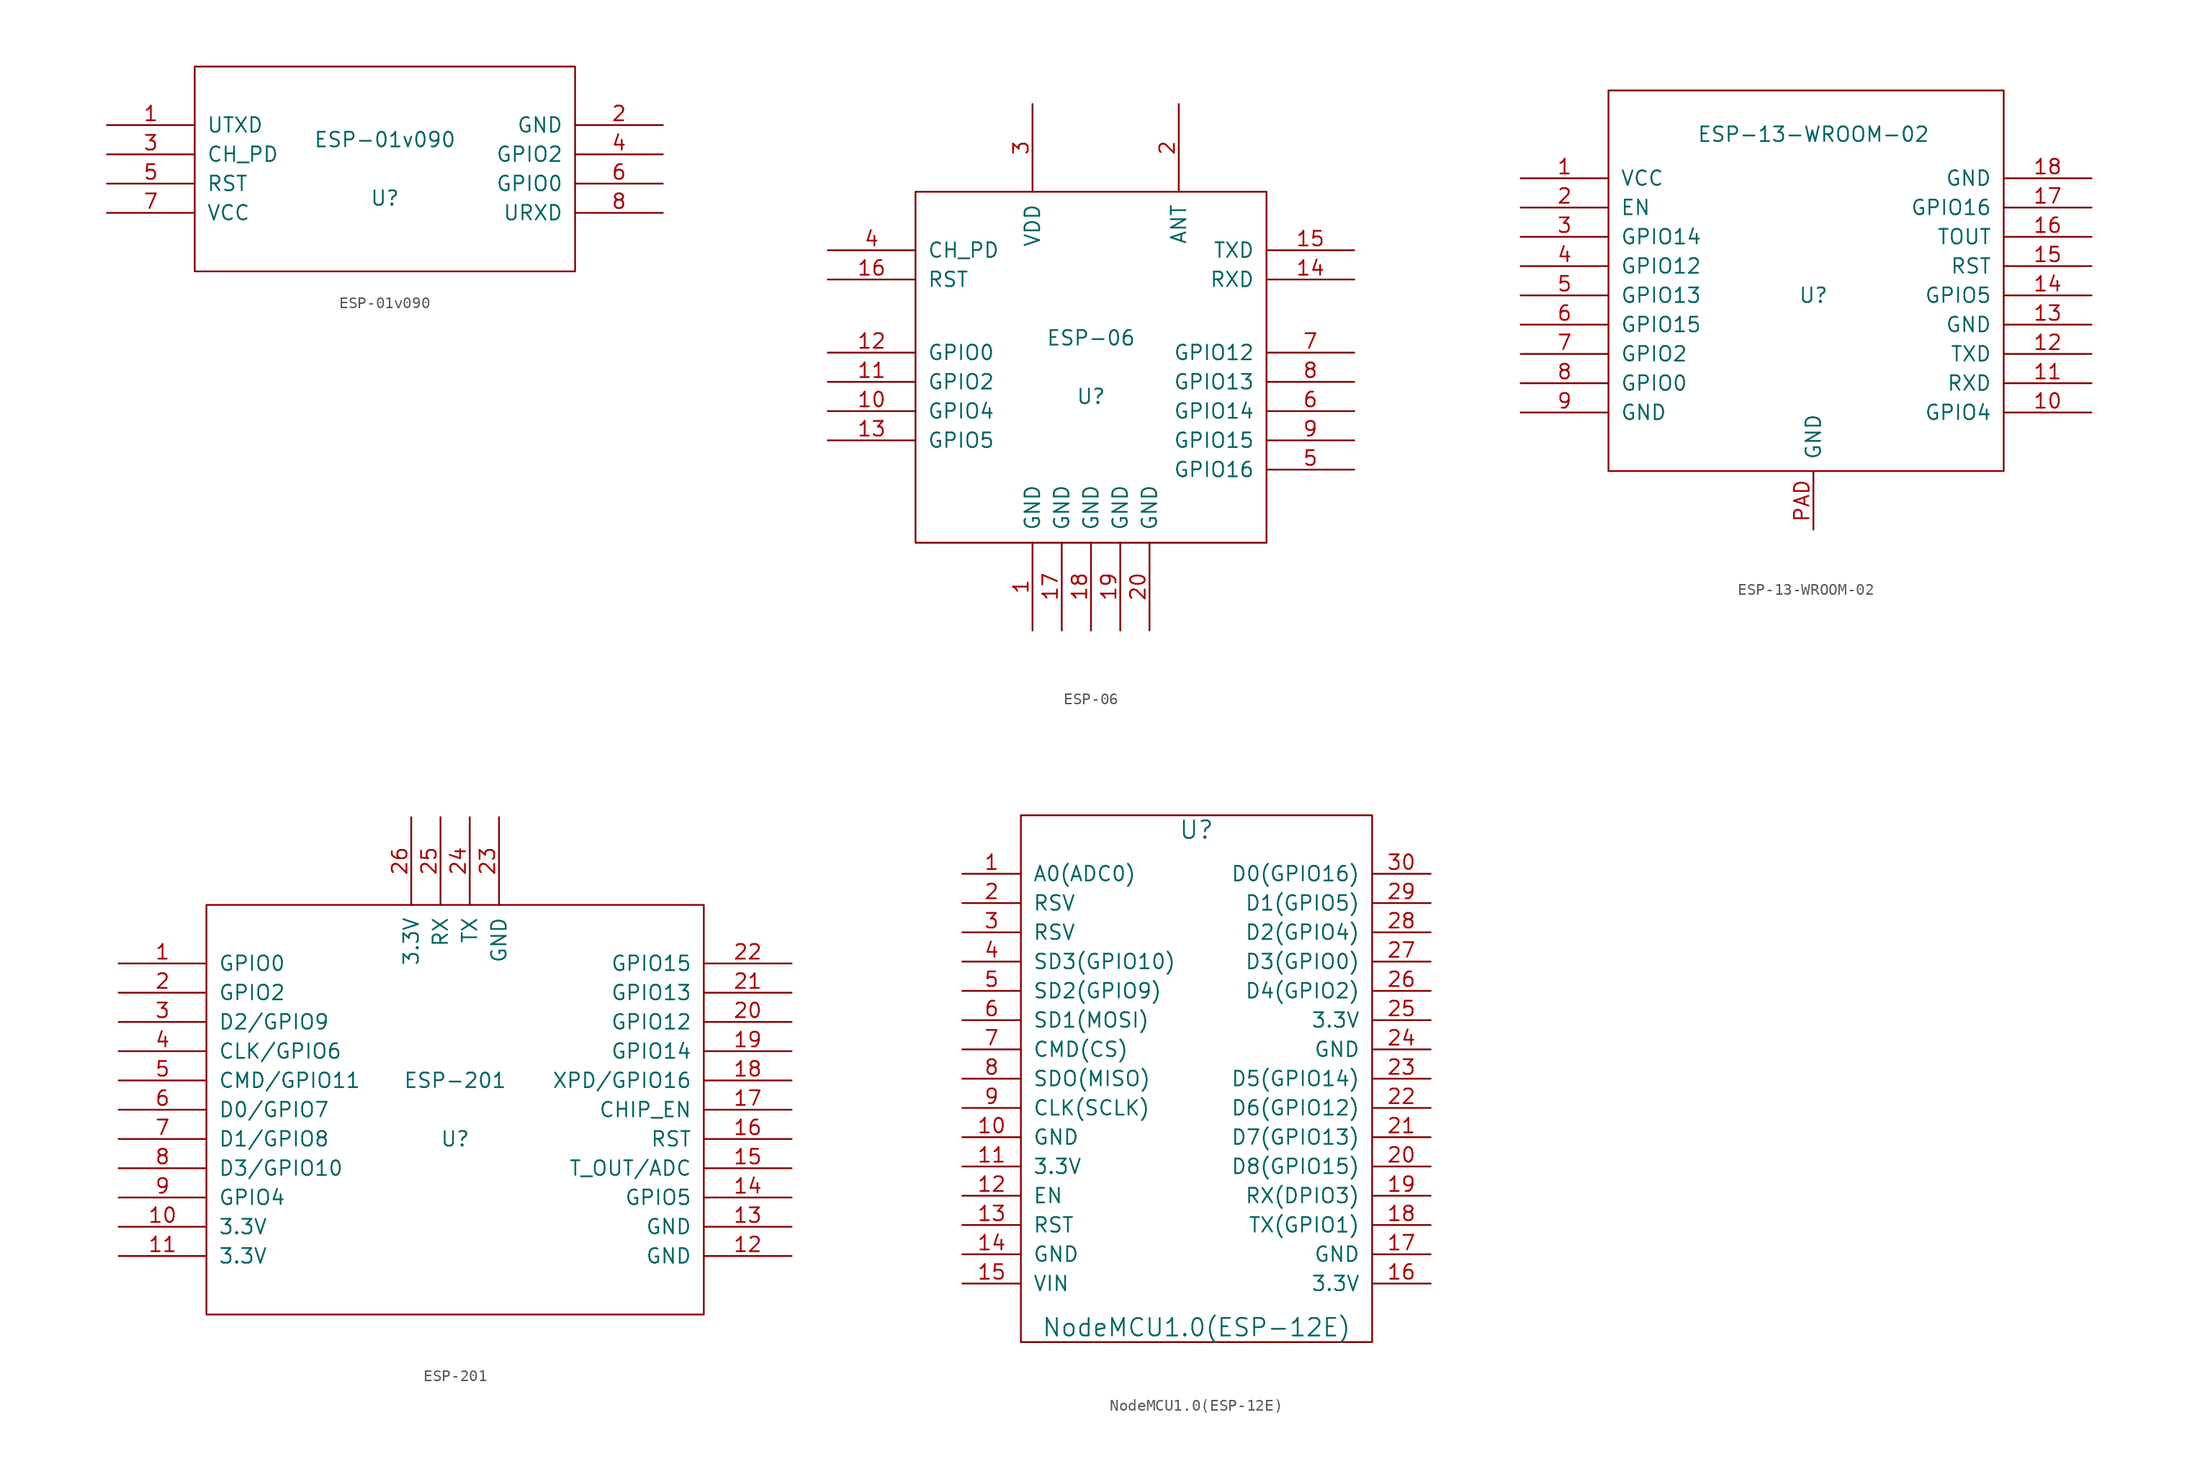
<source format=kicad_sym>
(kicad_symbol_lib
  (version 20220914)
  (generator kicad_symbol_editor)
  (symbol "ESP-01v090"
    (pin_names
      (offset 1.016))
    (property "Reference" "U"
      (at 0 -2.54 0)
      (effects (font (size 1.27 1.27))))
    (property "Value" "ESP-01v090"
      (at 0 2.54 0)
      (effects (font (size 1.27 1.27))))
    (symbol "ESP-01v090_1_0"
      (rectangle (start -16.51 -8.89) (end 16.51 8.89) (stroke (width 0) (type solid)) (fill (type none))))
    (symbol "ESP-01v090_1_1"
      (pin output line (at -24.13 3.81 0) (length 7.62) (name "UTXD" (effects (font (size 1.27 1.27)))) (number "1" (effects (font (size 1.27 1.27)))))
      (pin power_in line (at 24.13 3.81 180) (length 7.62) (name "GND" (effects (font (size 1.27 1.27)))) (number "2" (effects (font (size 1.27 1.27)))))
      (pin input line (at -24.13 1.27 0) (length 7.62) (name "CH_PD" (effects (font (size 1.27 1.27)))) (number "3" (effects (font (size 1.27 1.27)))))
      (pin tri_state line (at 24.13 1.27 180) (length 7.62) (name "GPIO2" (effects (font (size 1.27 1.27)))) (number "4" (effects (font (size 1.27 1.27)))))
      (pin input line (at -24.13 -1.27 0) (length 7.62) (name "RST" (effects (font (size 1.27 1.27)))) (number "5" (effects (font (size 1.27 1.27)))))
      (pin tri_state line (at 24.13 -1.27 180) (length 7.62) (name "GPIO0" (effects (font (size 1.27 1.27)))) (number "6" (effects (font (size 1.27 1.27)))))
      (pin power_in line (at -24.13 -3.81 0) (length 7.62) (name "VCC" (effects (font (size 1.27 1.27)))) (number "7" (effects (font (size 1.27 1.27)))))
      (pin input line (at 24.13 -3.81 180) (length 7.62) (name "URXD" (effects (font (size 1.27 1.27)))) (number "8" (effects (font (size 1.27 1.27)))))))
  (symbol "ESP-06"
    (pin_names
      (offset 1.016))
    (property "Reference" "U"
      (at 0 -2.54 0)
      (effects (font (size 1.27 1.27))))
    (property "Value" "ESP-06"
      (at 0 2.54 0)
      (effects (font (size 1.27 1.27))))
    (symbol "ESP-06_1_0"
      (rectangle (start -15.24 -15.24) (end 15.24 15.24) (stroke (width 0) (type solid)) (fill (type none))))
    (symbol "ESP-06_1_1"
      (pin power_in line (at -5.08 -22.86 90) (length 7.62) (name "GND" (effects (font (size 1.27 1.27)))) (number "1" (effects (font (size 1.27 1.27)))))
      (pin bidirectional line (at -22.86 -3.81 0) (length 7.62) (name "GPIO4" (effects (font (size 1.27 1.27)))) (number "10" (effects (font (size 1.27 1.27)))))
      (pin bidirectional line (at -22.86 -1.27 0) (length 7.62) (name "GPIO2" (effects (font (size 1.27 1.27)))) (number "11" (effects (font (size 1.27 1.27)))))
      (pin bidirectional line (at -22.86 1.27 0) (length 7.62) (name "GPIO0" (effects (font (size 1.27 1.27)))) (number "12" (effects (font (size 1.27 1.27)))))
      (pin bidirectional line (at -22.86 -6.35 0) (length 7.62) (name "GPIO5" (effects (font (size 1.27 1.27)))) (number "13" (effects (font (size 1.27 1.27)))))
      (pin input line (at 22.86 7.62 180) (length 7.62) (name "RXD" (effects (font (size 1.27 1.27)))) (number "14" (effects (font (size 1.27 1.27)))))
      (pin output line (at 22.86 10.16 180) (length 7.62) (name "TXD" (effects (font (size 1.27 1.27)))) (number "15" (effects (font (size 1.27 1.27)))))
      (pin input line (at -22.86 7.62 0) (length 7.62) (name "RST" (effects (font (size 1.27 1.27)))) (number "16" (effects (font (size 1.27 1.27)))))
      (pin power_in line (at -2.54 -22.86 90) (length 7.62) (name "GND" (effects (font (size 1.27 1.27)))) (number "17" (effects (font (size 1.27 1.27)))))
      (pin power_in line (at 0 -22.86 90) (length 7.62) (name "GND" (effects (font (size 1.27 1.27)))) (number "18" (effects (font (size 1.27 1.27)))))
      (pin power_in line (at 2.54 -22.86 90) (length 7.62) (name "GND" (effects (font (size 1.27 1.27)))) (number "19" (effects (font (size 1.27 1.27)))))
      (pin unspecified line (at 7.62 22.86 270) (length 7.62) (name "ANT" (effects (font (size 1.27 1.27)))) (number "2" (effects (font (size 1.27 1.27)))))
      (pin power_in line (at 5.08 -22.86 90) (length 7.62) (name "GND" (effects (font (size 1.27 1.27)))) (number "20" (effects (font (size 1.27 1.27)))))
      (pin power_in line (at -5.08 22.86 270) (length 7.62) (name "VDD" (effects (font (size 1.27 1.27)))) (number "3" (effects (font (size 1.27 1.27)))))
      (pin input line (at -22.86 10.16 0) (length 7.62) (name "CH_PD" (effects (font (size 1.27 1.27)))) (number "4" (effects (font (size 1.27 1.27)))))
      (pin bidirectional line (at 22.86 -8.89 180) (length 7.62) (name "GPIO16" (effects (font (size 1.27 1.27)))) (number "5" (effects (font (size 1.27 1.27)))))
      (pin bidirectional line (at 22.86 -3.81 180) (length 7.62) (name "GPIO14" (effects (font (size 1.27 1.27)))) (number "6" (effects (font (size 1.27 1.27)))))
      (pin bidirectional line (at 22.86 1.27 180) (length 7.62) (name "GPIO12" (effects (font (size 1.27 1.27)))) (number "7" (effects (font (size 1.27 1.27)))))
      (pin bidirectional line (at 22.86 -1.27 180) (length 7.62) (name "GPIO13" (effects (font (size 1.27 1.27)))) (number "8" (effects (font (size 1.27 1.27)))))
      (pin bidirectional line (at 22.86 -6.35 180) (length 7.62) (name "GPIO15" (effects (font (size 1.27 1.27)))) (number "9" (effects (font (size 1.27 1.27)))))))
  (symbol "ESP-13-WROOM-02"
    (pin_names
      (offset 1.016))
    (property "Reference" "U"
      (at 0 -2.54 0)
      (effects (font (size 1.27 1.27))))
    (property "Value" "ESP-13-WROOM-02"
      (at 0 11.43 0)
      (effects (font (size 1.27 1.27))))
    (symbol "ESP-13-WROOM-02_1_0"
      (rectangle (start -17.78 -17.78) (end 16.51 15.24) (stroke (width 0) (type solid)) (fill (type none))))
    (symbol "ESP-13-WROOM-02_1_1"
      (pin input line (at -25.4 7.62 0) (length 7.62) (name "VCC" (effects (font (size 1.27 1.27)))) (number "1" (effects (font (size 1.27 1.27)))))
      (pin bidirectional line (at 24.13 -12.7 180) (length 7.62) (name "GPIO4" (effects (font (size 1.27 1.27)))) (number "10" (effects (font (size 1.27 1.27)))))
      (pin bidirectional line (at 24.13 -10.16 180) (length 7.62) (name "RXD" (effects (font (size 1.27 1.27)))) (number "11" (effects (font (size 1.27 1.27)))))
      (pin bidirectional line (at 24.13 -7.62 180) (length 7.62) (name "TXD" (effects (font (size 1.27 1.27)))) (number "12" (effects (font (size 1.27 1.27)))))
      (pin power_in line (at 24.13 -5.08 180) (length 7.62) (name "GND" (effects (font (size 1.27 1.27)))) (number "13" (effects (font (size 1.27 1.27)))))
      (pin bidirectional line (at 24.13 -2.54 180) (length 7.62) (name "GPIO5" (effects (font (size 1.27 1.27)))) (number "14" (effects (font (size 1.27 1.27)))))
      (pin input line (at 24.13 0 180) (length 7.62) (name "RST" (effects (font (size 1.27 1.27)))) (number "15" (effects (font (size 1.27 1.27)))))
      (pin output line (at 24.13 2.54 180) (length 7.62) (name "TOUT" (effects (font (size 1.27 1.27)))) (number "16" (effects (font (size 1.27 1.27)))))
      (pin bidirectional line (at 24.13 5.08 180) (length 7.62) (name "GPIO16" (effects (font (size 1.27 1.27)))) (number "17" (effects (font (size 1.27 1.27)))))
      (pin power_in line (at 24.13 7.62 180) (length 7.62) (name "GND" (effects (font (size 1.27 1.27)))) (number "18" (effects (font (size 1.27 1.27)))))
      (pin passive line (at -25.4 5.08 0) (length 7.62) (name "EN" (effects (font (size 1.27 1.27)))) (number "2" (effects (font (size 1.27 1.27)))))
      (pin input line (at -25.4 2.54 0) (length 7.62) (name "GPIO14" (effects (font (size 1.27 1.27)))) (number "3" (effects (font (size 1.27 1.27)))))
      (pin bidirectional line (at -25.4 0 0) (length 7.62) (name "GPIO12" (effects (font (size 1.27 1.27)))) (number "4" (effects (font (size 1.27 1.27)))))
      (pin bidirectional line (at -25.4 -2.54 0) (length 7.62) (name "GPIO13" (effects (font (size 1.27 1.27)))) (number "5" (effects (font (size 1.27 1.27)))))
      (pin bidirectional line (at -25.4 -5.08 0) (length 7.62) (name "GPIO15" (effects (font (size 1.27 1.27)))) (number "6" (effects (font (size 1.27 1.27)))))
      (pin bidirectional line (at -25.4 -7.62 0) (length 7.62) (name "GPIO2" (effects (font (size 1.27 1.27)))) (number "7" (effects (font (size 1.27 1.27)))))
      (pin bidirectional line (at -25.4 -10.16 0) (length 7.62) (name "GPIO0" (effects (font (size 1.27 1.27)))) (number "8" (effects (font (size 1.27 1.27)))))
      (pin power_in line (at -25.4 -12.7 0) (length 7.62) (name "GND" (effects (font (size 1.27 1.27)))) (number "9" (effects (font (size 1.27 1.27)))))
      (pin power_in line (at 0 -22.86 90) (length 5.004) (name "GND" (effects (font (size 1.27 1.27)))) (number "PAD" (effects (font (size 1.27 1.27)))))))
  (symbol "ESP-201"
    (pin_names
      (offset 1.016))
    (property "Reference" "U"
      (at 0 -2.54 0)
      (effects (font (size 1.27 1.27))))
    (property "Value" "ESP-201"
      (at 0 2.54 0)
      (effects (font (size 1.27 1.27))))
    (symbol "ESP-201_1_0"
      (rectangle (start -21.59 -17.78) (end 21.59 17.78) (stroke (width 0) (type solid)) (fill (type none))))
    (symbol "ESP-201_1_1"
      (pin bidirectional line (at -29.21 12.7 0) (length 7.62) (name "GPIO0" (effects (font (size 1.27 1.27)))) (number "1" (effects (font (size 1.27 1.27)))))
      (pin power_in line (at -29.21 -10.16 0) (length 7.62) (name "3.3V" (effects (font (size 1.27 1.27)))) (number "10" (effects (font (size 1.27 1.27)))))
      (pin power_in line (at -29.21 -12.7 0) (length 7.62) (name "3.3V" (effects (font (size 1.27 1.27)))) (number "11" (effects (font (size 1.27 1.27)))))
      (pin power_in line (at 29.21 -12.7 180) (length 7.62) (name "GND" (effects (font (size 1.27 1.27)))) (number "12" (effects (font (size 1.27 1.27)))))
      (pin power_in line (at 29.21 -10.16 180) (length 7.62) (name "GND" (effects (font (size 1.27 1.27)))) (number "13" (effects (font (size 1.27 1.27)))))
      (pin bidirectional line (at 29.21 -7.62 180) (length 7.62) (name "GPIO5" (effects (font (size 1.27 1.27)))) (number "14" (effects (font (size 1.27 1.27)))))
      (pin bidirectional line (at 29.21 -5.08 180) (length 7.62) (name "T_OUT/ADC" (effects (font (size 1.27 1.27)))) (number "15" (effects (font (size 1.27 1.27)))))
      (pin input line (at 29.21 -2.54 180) (length 7.62) (name "RST" (effects (font (size 1.27 1.27)))) (number "16" (effects (font (size 1.27 1.27)))))
      (pin input line (at 29.21 0 180) (length 7.62) (name "CHIP_EN" (effects (font (size 1.27 1.27)))) (number "17" (effects (font (size 1.27 1.27)))))
      (pin bidirectional line (at 29.21 2.54 180) (length 7.62) (name "XPD/GPIO16" (effects (font (size 1.27 1.27)))) (number "18" (effects (font (size 1.27 1.27)))))
      (pin bidirectional line (at 29.21 5.08 180) (length 7.62) (name "GPIO14" (effects (font (size 1.27 1.27)))) (number "19" (effects (font (size 1.27 1.27)))))
      (pin bidirectional line (at -29.21 10.16 0) (length 7.62) (name "GPIO2" (effects (font (size 1.27 1.27)))) (number "2" (effects (font (size 1.27 1.27)))))
      (pin bidirectional line (at 29.21 7.62 180) (length 7.62) (name "GPIO12" (effects (font (size 1.27 1.27)))) (number "20" (effects (font (size 1.27 1.27)))))
      (pin bidirectional line (at 29.21 10.16 180) (length 7.62) (name "GPIO13" (effects (font (size 1.27 1.27)))) (number "21" (effects (font (size 1.27 1.27)))))
      (pin bidirectional line (at 29.21 12.7 180) (length 7.62) (name "GPIO15" (effects (font (size 1.27 1.27)))) (number "22" (effects (font (size 1.27 1.27)))))
      (pin power_in line (at 3.81 25.4 270) (length 7.62) (name "GND" (effects (font (size 1.27 1.27)))) (number "23" (effects (font (size 1.27 1.27)))))
      (pin output line (at 1.27 25.4 270) (length 7.62) (name "TX" (effects (font (size 1.27 1.27)))) (number "24" (effects (font (size 1.27 1.27)))))
      (pin input line (at -1.27 25.4 270) (length 7.62) (name "RX" (effects (font (size 1.27 1.27)))) (number "25" (effects (font (size 1.27 1.27)))))
      (pin power_in line (at -3.81 25.4 270) (length 7.62) (name "3.3V" (effects (font (size 1.27 1.27)))) (number "26" (effects (font (size 1.27 1.27)))))
      (pin output line (at -29.21 7.62 0) (length 7.62) (name "D2/GPIO9" (effects (font (size 1.27 1.27)))) (number "3" (effects (font (size 1.27 1.27)))))
      (pin output line (at -29.21 5.08 0) (length 7.62) (name "CLK/GPIO6" (effects (font (size 1.27 1.27)))) (number "4" (effects (font (size 1.27 1.27)))))
      (pin output line (at -29.21 2.54 0) (length 7.62) (name "CMD/GPIO11" (effects (font (size 1.27 1.27)))) (number "5" (effects (font (size 1.27 1.27)))))
      (pin output line (at -29.21 0 0) (length 7.62) (name "D0/GPIO7" (effects (font (size 1.27 1.27)))) (number "6" (effects (font (size 1.27 1.27)))))
      (pin output line (at -29.21 -2.54 0) (length 7.62) (name "D1/GPIO8" (effects (font (size 1.27 1.27)))) (number "7" (effects (font (size 1.27 1.27)))))
      (pin output line (at -29.21 -5.08 0) (length 7.62) (name "D3/GPIO10" (effects (font (size 1.27 1.27)))) (number "8" (effects (font (size 1.27 1.27)))))
      (pin bidirectional line (at -29.21 -7.62 0) (length 7.62) (name "GPIO4" (effects (font (size 1.27 1.27)))) (number "9" (effects (font (size 1.27 1.27)))))))
  (symbol "NodeMCU1.0(ESP-12E)"
    (pin_names
      (offset 1.016))
    (property "Reference" "U"
      (at 0 21.59 0)
      (effects (font (size 1.524 1.524))))
    (property "Value" "NodeMCU1.0(ESP-12E)"
      (at 0 -21.59 0)
      (effects (font (size 1.524 1.524))))
    (property "Footprint" ""
      (at -15.24 -21.59 0)
      (effects (font (size 1.524 1.524))))
    (property "Datasheet" ""
      (at -15.24 -21.59 0)
      (effects (font (size 1.524 1.524))))
    (symbol "NodeMCU1.0(ESP-12E)_0_1"
      (rectangle (start -15.24 -22.86) (end 15.24 22.86) (stroke (width 0) (type solid)) (fill (type none))))
    (symbol "NodeMCU1.0(ESP-12E)_1_1"
      (pin input line (at -20.32 17.78 0) (length 5.08) (name "A0(ADC0)" (effects (font (size 1.27 1.27)))) (number "1" (effects (font (size 1.27 1.27)))))
      (pin input line (at -20.32 -5.08 0) (length 5.08) (name "GND" (effects (font (size 1.27 1.27)))) (number "10" (effects (font (size 1.27 1.27)))))
      (pin input line (at -20.32 -7.62 0) (length 5.08) (name "3.3V" (effects (font (size 1.27 1.27)))) (number "11" (effects (font (size 1.27 1.27)))))
      (pin input line (at -20.32 -10.16 0) (length 5.08) (name "EN" (effects (font (size 1.27 1.27)))) (number "12" (effects (font (size 1.27 1.27)))))
      (pin input line (at -20.32 -12.7 0) (length 5.08) (name "RST" (effects (font (size 1.27 1.27)))) (number "13" (effects (font (size 1.27 1.27)))))
      (pin input line (at -20.32 -15.24 0) (length 5.08) (name "GND" (effects (font (size 1.27 1.27)))) (number "14" (effects (font (size 1.27 1.27)))))
      (pin input line (at -20.32 -17.78 0) (length 5.08) (name "VIN" (effects (font (size 1.27 1.27)))) (number "15" (effects (font (size 1.27 1.27)))))
      (pin input line (at 20.32 -17.78 180) (length 5.08) (name "3.3V" (effects (font (size 1.27 1.27)))) (number "16" (effects (font (size 1.27 1.27)))))
      (pin input line (at 20.32 -15.24 180) (length 5.08) (name "GND" (effects (font (size 1.27 1.27)))) (number "17" (effects (font (size 1.27 1.27)))))
      (pin input line (at 20.32 -12.7 180) (length 5.08) (name "TX(GPIO1)" (effects (font (size 1.27 1.27)))) (number "18" (effects (font (size 1.27 1.27)))))
      (pin input line (at 20.32 -10.16 180) (length 5.08) (name "RX(DPIO3)" (effects (font (size 1.27 1.27)))) (number "19" (effects (font (size 1.27 1.27)))))
      (pin input line (at -20.32 15.24 0) (length 5.08) (name "RSV" (effects (font (size 1.27 1.27)))) (number "2" (effects (font (size 1.27 1.27)))))
      (pin input line (at 20.32 -7.62 180) (length 5.08) (name "D8(GPIO15)" (effects (font (size 1.27 1.27)))) (number "20" (effects (font (size 1.27 1.27)))))
      (pin input line (at 20.32 -5.08 180) (length 5.08) (name "D7(GPIO13)" (effects (font (size 1.27 1.27)))) (number "21" (effects (font (size 1.27 1.27)))))
      (pin input line (at 20.32 -2.54 180) (length 5.08) (name "D6(GPIO12)" (effects (font (size 1.27 1.27)))) (number "22" (effects (font (size 1.27 1.27)))))
      (pin input line (at 20.32 0 180) (length 5.08) (name "D5(GPIO14)" (effects (font (size 1.27 1.27)))) (number "23" (effects (font (size 1.27 1.27)))))
      (pin input line (at 20.32 2.54 180) (length 5.08) (name "GND" (effects (font (size 1.27 1.27)))) (number "24" (effects (font (size 1.27 1.27)))))
      (pin input line (at 20.32 5.08 180) (length 5.08) (name "3.3V" (effects (font (size 1.27 1.27)))) (number "25" (effects (font (size 1.27 1.27)))))
      (pin input line (at 20.32 7.62 180) (length 5.08) (name "D4(GPIO2)" (effects (font (size 1.27 1.27)))) (number "26" (effects (font (size 1.27 1.27)))))
      (pin input line (at 20.32 10.16 180) (length 5.08) (name "D3(GPIO0)" (effects (font (size 1.27 1.27)))) (number "27" (effects (font (size 1.27 1.27)))))
      (pin input line (at 20.32 12.7 180) (length 5.08) (name "D2(GPIO4)" (effects (font (size 1.27 1.27)))) (number "28" (effects (font (size 1.27 1.27)))))
      (pin input line (at 20.32 15.24 180) (length 5.08) (name "D1(GPIO5)" (effects (font (size 1.27 1.27)))) (number "29" (effects (font (size 1.27 1.27)))))
      (pin input line (at -20.32 12.7 0) (length 5.08) (name "RSV" (effects (font (size 1.27 1.27)))) (number "3" (effects (font (size 1.27 1.27)))))
      (pin input line (at 20.32 17.78 180) (length 5.08) (name "D0(GPIO16)" (effects (font (size 1.27 1.27)))) (number "30" (effects (font (size 1.27 1.27)))))
      (pin input line (at -20.32 10.16 0) (length 5.08) (name "SD3(GPIO10)" (effects (font (size 1.27 1.27)))) (number "4" (effects (font (size 1.27 1.27)))))
      (pin input line (at -20.32 7.62 0) (length 5.08) (name "SD2(GPIO9)" (effects (font (size 1.27 1.27)))) (number "5" (effects (font (size 1.27 1.27)))))
      (pin input line (at -20.32 5.08 0) (length 5.08) (name "SD1(MOSI)" (effects (font (size 1.27 1.27)))) (number "6" (effects (font (size 1.27 1.27)))))
      (pin input line (at -20.32 2.54 0) (length 5.08) (name "CMD(CS)" (effects (font (size 1.27 1.27)))) (number "7" (effects (font (size 1.27 1.27)))))
      (pin input line (at -20.32 0 0) (length 5.08) (name "SDO(MISO)" (effects (font (size 1.27 1.27)))) (number "8" (effects (font (size 1.27 1.27)))))
      (pin input line (at -20.32 -2.54 0) (length 5.08) (name "CLK(SCLK)" (effects (font (size 1.27 1.27)))) (number "9" (effects (font (size 1.27 1.27))))))))
</source>
